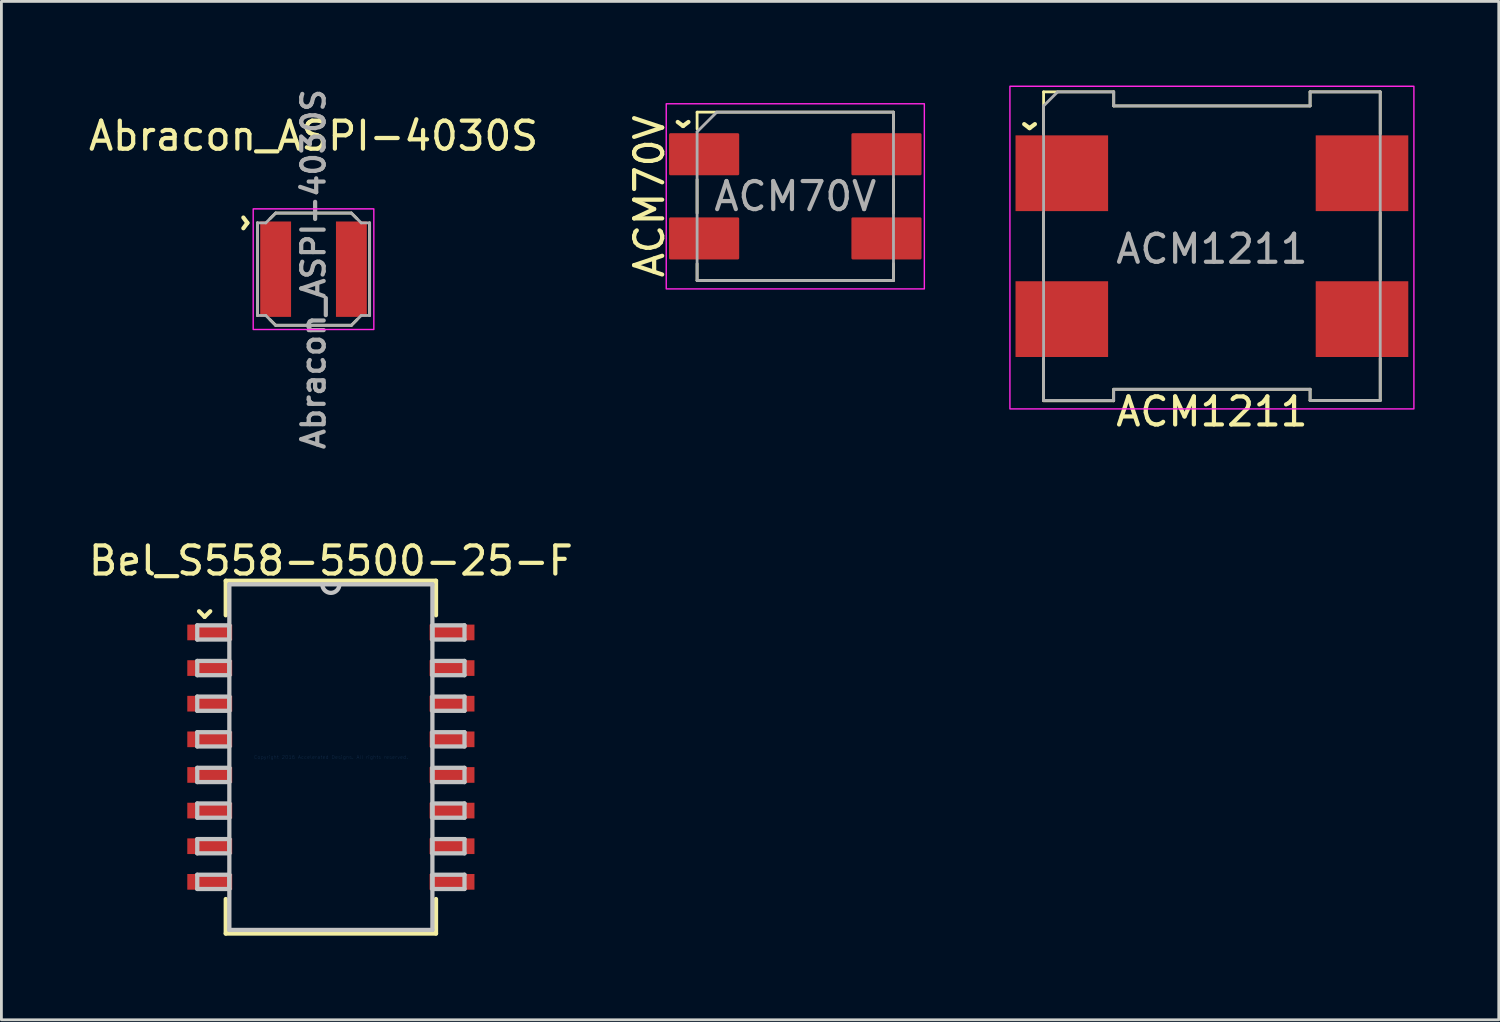
<source format=kicad_pcb>
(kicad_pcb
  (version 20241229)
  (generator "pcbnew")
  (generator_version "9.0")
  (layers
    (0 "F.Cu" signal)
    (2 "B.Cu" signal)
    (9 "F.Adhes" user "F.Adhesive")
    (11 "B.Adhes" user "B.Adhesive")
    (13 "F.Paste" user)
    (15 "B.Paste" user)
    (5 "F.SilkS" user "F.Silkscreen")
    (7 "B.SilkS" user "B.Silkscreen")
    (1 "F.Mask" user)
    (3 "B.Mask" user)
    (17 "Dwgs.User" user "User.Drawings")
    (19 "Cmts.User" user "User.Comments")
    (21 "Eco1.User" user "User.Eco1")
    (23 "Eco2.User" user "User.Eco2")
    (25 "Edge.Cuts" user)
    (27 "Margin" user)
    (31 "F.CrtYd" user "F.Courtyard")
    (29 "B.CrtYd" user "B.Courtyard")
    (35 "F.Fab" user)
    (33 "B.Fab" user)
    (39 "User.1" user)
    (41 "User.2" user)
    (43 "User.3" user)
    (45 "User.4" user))
  (footprint "ACM1211"
    (layer "F.Cu")
    (at 40.148 5.725)
    (property "Reference" "ACM1211" (at 0 5.9 0) (unlocked yes) (layer "F.SilkS") (effects (font (size 1 1) (thickness 0.15))))
    (attr through_hole)
    (fp_line (start -6 -5.5) (end -3.5 -5.5) (stroke (width 0.1) (type solid)) (layer "F.SilkS"))
    (fp_line (start -6 -4) (end -6 -5.5) (stroke (width 0.1) (type solid)) (layer "F.SilkS"))
    (fp_line (start -6 -1.2) (end -6 1.2) (stroke (width 0.1) (type solid)) (layer "F.SilkS"))
    (fp_line (start -6 5.5) (end -6 4) (stroke (width 0.1) (type solid)) (layer "F.SilkS"))
    (fp_line (start -3.503 5.111) (end -3.503 5.511) (stroke (width 0.1) (type solid)) (layer "F.SilkS"))
    (fp_line (start -3.503 5.511) (end -6.003 5.511) (stroke (width 0.1) (type solid)) (layer "F.SilkS"))
    (fp_line (start -3.5 -5) (end -3.5 -5.5) (stroke (width 0.1) (type solid)) (layer "F.SilkS"))
    (fp_line (start -3.5 -5) (end 3.5 -5) (stroke (width 0.1) (type solid)) (layer "F.SilkS"))
    (fp_line (start 3.5 -5.5) (end 6 -5.5) (stroke (width 0.1) (type solid)) (layer "F.SilkS"))
    (fp_line (start 3.5 -5) (end 3.5 -5.5) (stroke (width 0.1) (type solid)) (layer "F.SilkS"))
    (fp_line (start 3.5 5.1) (end -3.5 5.1) (stroke (width 0.1) (type solid)) (layer "F.SilkS"))
    (fp_line (start 3.5 5.1) (end 3.5 5.5) (stroke (width 0.1) (type solid)) (layer "F.SilkS"))
    (fp_line (start 6 -5.5) (end 6 -4) (stroke (width 0.1) (type solid)) (layer "F.SilkS"))
    (fp_line (start 6 -1.2) (end 6 1.2) (stroke (width 0.1) (type solid)) (layer "F.SilkS"))
    (fp_line (start 6 4) (end 6 5.5) (stroke (width 0.1) (type solid)) (layer "F.SilkS"))
    (fp_line (start 6 5.5) (end 3.5 5.5) (stroke (width 0.1) (type solid)) (layer "F.SilkS"))
    (fp_rect (start 7.2 -5.7) (end -7.2 5.8) (stroke (width 0.05) (type solid)) (fill no) (layer "F.CrtYd"))
    (fp_line (start -6 -5) (end -6 5.5) (stroke (width 0.1) (type solid)) (layer "F.Fab"))
    (fp_line (start -6 5.5) (end -3.5 5.5) (stroke (width 0.1) (type solid)) (layer "F.Fab"))
    (fp_line (start -5.5 -5.5) (end -6 -5) (stroke (width 0.1) (type solid)) (layer "F.Fab"))
    (fp_line (start -3.5 -5.5) (end -5.5 -5.5) (stroke (width 0.1) (type solid)) (layer "F.Fab"))
    (fp_line (start -3.5 -5) (end -3.5 -5.5) (stroke (width 0.1) (type solid)) (layer "F.Fab"))
    (fp_line (start -3.5 5.1) (end 3.5 5.1) (stroke (width 0.1) (type solid)) (layer "F.Fab"))
    (fp_line (start -3.5 5.5) (end -3.5 5.1) (stroke (width 0.1) (type solid)) (layer "F.Fab"))
    (fp_line (start 3.5 -5.5) (end 3.5 -5) (stroke (width 0.1) (type solid)) (layer "F.Fab"))
    (fp_line (start 3.5 -5) (end -3.5 -5) (stroke (width 0.1) (type solid)) (layer "F.Fab"))
    (fp_line (start 3.5 5.1) (end 3.5 5.5) (stroke (width 0.1) (type solid)) (layer "F.Fab"))
    (fp_line (start 3.5 5.5) (end 6 5.5) (stroke (width 0.1) (type solid)) (layer "F.Fab"))
    (fp_line (start 6 -5.5) (end 3.5 -5.5) (stroke (width 0.1) (type solid)) (layer "F.Fab"))
    (fp_line (start 6 5.5) (end 6 -5.5) (stroke (width 0.1) (type solid)) (layer "F.Fab"))
    (fp_text user "^" (at -6.5 -4.8 180) (unlocked yes) (layer "F.SilkS") (effects (font (size 1 1) (thickness 0.15))))
    (fp_text user "${REFERENCE}" (at 0 0.1 0) (unlocked yes) (layer "F.Fab") (effects (font (size 1 1) (thickness 0.15))))
    (pad "1" smd rect (at -5.35 -2.6) (size 3.3 2.7) (layers "F.Cu" "F.Mask" "F.Paste"))
    (pad "2" smd rect (at -5.35 2.6) (size 3.3 2.7) (layers "F.Cu" "F.Mask" "F.Paste"))
    (pad "3" smd rect (at 5.35 2.6) (size 3.3 2.7) (layers "F.Cu" "F.Mask" "F.Paste"))
    (pad "4" smd rect (at 5.35 -2.6) (size 3.3 2.7) (layers "F.Cu" "F.Mask" "F.Paste"))
    (zone (net_name "") (layer "F.Cu") (hatch edge 0.508) (connect_pads) (min_thickness 0.254) (filled_areas_thickness no) (keepout (tracks allowed) (vias allowed) (pads allowed) (copperpour not_allowed) (footprints allowed)) (placement (enabled no)) (fill) (polygon (pts (xy 46.148 11.225) (xy 34.148 11.225) (xy 34.148 0.225) (xy 46.148 0.225)))))
  (footprint "Bel_S558-5500-25-F"
    (layer "F.Cu")
    (at 8.744 23.938)
    (property "Reference" "Bel_S558-5500-25-F" (at 0 -7 0) (layer "F.SilkS") (effects (font (size 1 1) (thickness 0.15))))
    (attr smd)
    (fp_line (start -4.5 -5) (end -4.7 -5.2) (stroke (width 0.15) (type solid)) (layer "F.SilkS"))
    (fp_line (start -4.5 -5) (end -4.3 -5.2) (stroke (width 0.15) (type solid)) (layer "F.SilkS"))
    (fp_line (start -3.747 -6.287) (end -3.747 -5.057) (stroke (width 0.152) (type solid)) (layer "F.SilkS"))
    (fp_line (start -3.747 5.057) (end -3.747 6.287) (stroke (width 0.152) (type solid)) (layer "F.SilkS"))
    (fp_line (start -3.747 6.287) (end 3.747 6.287) (stroke (width 0.152) (type solid)) (layer "F.SilkS"))
    (fp_line (start 3.747 -6.287) (end -3.747 -6.287) (stroke (width 0.152) (type solid)) (layer "F.SilkS"))
    (fp_line (start 3.747 -5.057) (end 3.747 -6.287) (stroke (width 0.152) (type solid)) (layer "F.SilkS"))
    (fp_line (start 3.747 6.287) (end 3.747 5.057) (stroke (width 0.152) (type solid)) (layer "F.SilkS"))
    (fp_line (start -4.763 -4.699) (end -4.763 -4.191) (stroke (width 0.152) (type solid)) (layer "Dwgs.User"))
    (fp_line (start -4.763 -4.191) (end -3.619 -4.191) (stroke (width 0.152) (type solid)) (layer "Dwgs.User"))
    (fp_line (start -4.763 -3.429) (end -4.763 -2.921) (stroke (width 0.152) (type solid)) (layer "Dwgs.User"))
    (fp_line (start -4.763 -2.921) (end -3.619 -2.921) (stroke (width 0.152) (type solid)) (layer "Dwgs.User"))
    (fp_line (start -4.763 -2.159) (end -4.763 -1.651) (stroke (width 0.152) (type solid)) (layer "Dwgs.User"))
    (fp_line (start -4.763 -1.651) (end -3.619 -1.651) (stroke (width 0.152) (type solid)) (layer "Dwgs.User"))
    (fp_line (start -4.763 -0.889) (end -4.763 -0.381) (stroke (width 0.152) (type solid)) (layer "Dwgs.User"))
    (fp_line (start -4.763 -0.381) (end -3.619 -0.381) (stroke (width 0.152) (type solid)) (layer "Dwgs.User"))
    (fp_line (start -4.763 0.381) (end -4.763 0.889) (stroke (width 0.152) (type solid)) (layer "Dwgs.User"))
    (fp_line (start -4.763 0.889) (end -3.619 0.889) (stroke (width 0.152) (type solid)) (layer "Dwgs.User"))
    (fp_line (start -4.763 1.651) (end -4.763 2.159) (stroke (width 0.152) (type solid)) (layer "Dwgs.User"))
    (fp_line (start -4.763 2.159) (end -3.619 2.159) (stroke (width 0.152) (type solid)) (layer "Dwgs.User"))
    (fp_line (start -4.763 2.921) (end -4.763 3.429) (stroke (width 0.152) (type solid)) (layer "Dwgs.User"))
    (fp_line (start -4.763 3.429) (end -3.619 3.429) (stroke (width 0.152) (type solid)) (layer "Dwgs.User"))
    (fp_line (start -4.763 4.191) (end -4.763 4.699) (stroke (width 0.152) (type solid)) (layer "Dwgs.User"))
    (fp_line (start -4.763 4.699) (end -3.619 4.699) (stroke (width 0.152) (type solid)) (layer "Dwgs.User"))
    (fp_line (start -3.619 -6.16) (end -3.619 6.16) (stroke (width 0.152) (type solid)) (layer "Dwgs.User"))
    (fp_line (start -3.619 -4.699) (end -4.763 -4.699) (stroke (width 0.152) (type solid)) (layer "Dwgs.User"))
    (fp_line (start -3.619 -4.191) (end -3.619 -4.699) (stroke (width 0.152) (type solid)) (layer "Dwgs.User"))
    (fp_line (start -3.619 -3.429) (end -4.763 -3.429) (stroke (width 0.152) (type solid)) (layer "Dwgs.User"))
    (fp_line (start -3.619 -2.921) (end -3.619 -3.429) (stroke (width 0.152) (type solid)) (layer "Dwgs.User"))
    (fp_line (start -3.619 -2.159) (end -4.763 -2.159) (stroke (width 0.152) (type solid)) (layer "Dwgs.User"))
    (fp_line (start -3.619 -1.651) (end -3.619 -2.159) (stroke (width 0.152) (type solid)) (layer "Dwgs.User"))
    (fp_line (start -3.619 -0.889) (end -4.763 -0.889) (stroke (width 0.152) (type solid)) (layer "Dwgs.User"))
    (fp_line (start -3.619 -0.381) (end -3.619 -0.889) (stroke (width 0.152) (type solid)) (layer "Dwgs.User"))
    (fp_line (start -3.619 0.381) (end -4.763 0.381) (stroke (width 0.152) (type solid)) (layer "Dwgs.User"))
    (fp_line (start -3.619 0.889) (end -3.619 0.381) (stroke (width 0.152) (type solid)) (layer "Dwgs.User"))
    (fp_line (start -3.619 1.651) (end -4.763 1.651) (stroke (width 0.152) (type solid)) (layer "Dwgs.User"))
    (fp_line (start -3.619 2.159) (end -3.619 1.651) (stroke (width 0.152) (type solid)) (layer "Dwgs.User"))
    (fp_line (start -3.619 2.921) (end -4.763 2.921) (stroke (width 0.152) (type solid)) (layer "Dwgs.User"))
    (fp_line (start -3.619 3.429) (end -3.619 2.921) (stroke (width 0.152) (type solid)) (layer "Dwgs.User"))
    (fp_line (start -3.619 4.191) (end -4.763 4.191) (stroke (width 0.152) (type solid)) (layer "Dwgs.User"))
    (fp_line (start -3.619 4.699) (end -3.619 4.191) (stroke (width 0.152) (type solid)) (layer "Dwgs.User"))
    (fp_line (start -3.619 6.16) (end 3.619 6.16) (stroke (width 0.152) (type solid)) (layer "Dwgs.User"))
    (fp_line (start 3.619 -6.16) (end -3.619 -6.16) (stroke (width 0.152) (type solid)) (layer "Dwgs.User"))
    (fp_line (start 3.619 -4.699) (end 3.619 -4.191) (stroke (width 0.152) (type solid)) (layer "Dwgs.User"))
    (fp_line (start 3.619 -4.191) (end 4.763 -4.191) (stroke (width 0.152) (type solid)) (layer "Dwgs.User"))
    (fp_line (start 3.619 -3.429) (end 3.619 -2.921) (stroke (width 0.152) (type solid)) (layer "Dwgs.User"))
    (fp_line (start 3.619 -2.921) (end 4.763 -2.921) (stroke (width 0.152) (type solid)) (layer "Dwgs.User"))
    (fp_line (start 3.619 -2.159) (end 3.619 -1.651) (stroke (width 0.152) (type solid)) (layer "Dwgs.User"))
    (fp_line (start 3.619 -1.651) (end 4.763 -1.651) (stroke (width 0.152) (type solid)) (layer "Dwgs.User"))
    (fp_line (start 3.619 -0.889) (end 3.619 -0.381) (stroke (width 0.152) (type solid)) (layer "Dwgs.User"))
    (fp_line (start 3.619 -0.381) (end 4.763 -0.381) (stroke (width 0.152) (type solid)) (layer "Dwgs.User"))
    (fp_line (start 3.619 0.381) (end 3.619 0.889) (stroke (width 0.152) (type solid)) (layer "Dwgs.User"))
    (fp_line (start 3.619 0.889) (end 4.763 0.889) (stroke (width 0.152) (type solid)) (layer "Dwgs.User"))
    (fp_line (start 3.619 1.651) (end 3.619 2.159) (stroke (width 0.152) (type solid)) (layer "Dwgs.User"))
    (fp_line (start 3.619 2.159) (end 4.763 2.159) (stroke (width 0.152) (type solid)) (layer "Dwgs.User"))
    (fp_line (start 3.619 2.921) (end 3.619 3.429) (stroke (width 0.152) (type solid)) (layer "Dwgs.User"))
    (fp_line (start 3.619 3.429) (end 4.763 3.429) (stroke (width 0.152) (type solid)) (layer "Dwgs.User"))
    (fp_line (start 3.619 4.191) (end 3.619 4.699) (stroke (width 0.152) (type solid)) (layer "Dwgs.User"))
    (fp_line (start 3.619 4.699) (end 4.763 4.699) (stroke (width 0.152) (type solid)) (layer "Dwgs.User"))
    (fp_line (start 3.619 6.16) (end 3.619 -6.16) (stroke (width 0.152) (type solid)) (layer "Dwgs.User"))
    (fp_line (start 4.763 -4.699) (end 3.619 -4.699) (stroke (width 0.152) (type solid)) (layer "Dwgs.User"))
    (fp_line (start 4.763 -4.191) (end 4.763 -4.699) (stroke (width 0.152) (type solid)) (layer "Dwgs.User"))
    (fp_line (start 4.763 -3.429) (end 3.619 -3.429) (stroke (width 0.152) (type solid)) (layer "Dwgs.User"))
    (fp_line (start 4.763 -2.921) (end 4.763 -3.429) (stroke (width 0.152) (type solid)) (layer "Dwgs.User"))
    (fp_line (start 4.763 -2.159) (end 3.619 -2.159) (stroke (width 0.152) (type solid)) (layer "Dwgs.User"))
    (fp_line (start 4.763 -1.651) (end 4.763 -2.159) (stroke (width 0.152) (type solid)) (layer "Dwgs.User"))
    (fp_line (start 4.763 -0.889) (end 3.619 -0.889) (stroke (width 0.152) (type solid)) (layer "Dwgs.User"))
    (fp_line (start 4.763 -0.381) (end 4.763 -0.889) (stroke (width 0.152) (type solid)) (layer "Dwgs.User"))
    (fp_line (start 4.763 0.381) (end 3.619 0.381) (stroke (width 0.152) (type solid)) (layer "Dwgs.User"))
    (fp_line (start 4.763 0.889) (end 4.763 0.381) (stroke (width 0.152) (type solid)) (layer "Dwgs.User"))
    (fp_line (start 4.763 1.651) (end 3.619 1.651) (stroke (width 0.152) (type solid)) (layer "Dwgs.User"))
    (fp_line (start 4.763 2.159) (end 4.763 1.651) (stroke (width 0.152) (type solid)) (layer "Dwgs.User"))
    (fp_line (start 4.763 2.921) (end 3.619 2.921) (stroke (width 0.152) (type solid)) (layer "Dwgs.User"))
    (fp_line (start 4.763 3.429) (end 4.763 2.921) (stroke (width 0.152) (type solid)) (layer "Dwgs.User"))
    (fp_line (start 4.763 4.191) (end 3.619 4.191) (stroke (width 0.152) (type solid)) (layer "Dwgs.User"))
    (fp_line (start 4.763 4.699) (end 4.763 4.191) (stroke (width 0.152) (type solid)) (layer "Dwgs.User"))
    (fp_arc (start 0.3048 -6.1595) (mid 0 -5.8547) (end -0.3048 -6.1595) (stroke (width 0.1524) (type solid)) (layer "Dwgs.User"))
    (fp_text user "Copyright 2016 Accelerated Designs. All rights reserved." (at 0 0 0) (layer "Cmts.User") (effects (font (size 0.127 0.127) (thickness 0.002))))
    (pad "1" smd rect (at -4.318 -4.445) (size 1.6 0.559) (layers "F.Cu" "F.Mask" "F.Paste"))
    (pad "2" smd rect (at -4.318 -3.175) (size 1.6 0.559) (layers "F.Cu" "F.Mask" "F.Paste"))
    (pad "3" smd rect (at -4.318 -1.905) (size 1.6 0.559) (layers "F.Cu" "F.Mask" "F.Paste"))
    (pad "4" smd rect (at -4.318 -0.635) (size 1.6 0.559) (layers "F.Cu" "F.Mask" "F.Paste"))
    (pad "5" smd rect (at -4.318 0.635) (size 1.6 0.559) (layers "F.Cu" "F.Mask" "F.Paste"))
    (pad "6" smd rect (at -4.318 1.905) (size 1.6 0.559) (layers "F.Cu" "F.Mask" "F.Paste"))
    (pad "7" smd rect (at -4.318 3.175) (size 1.6 0.559) (layers "F.Cu" "F.Mask" "F.Paste"))
    (pad "8" smd rect (at -4.318 4.445) (size 1.6 0.559) (layers "F.Cu" "F.Mask" "F.Paste"))
    (pad "9" smd rect (at 4.318 4.445) (size 1.6 0.559) (layers "F.Cu" "F.Mask" "F.Paste"))
    (pad "10" smd rect (at 4.318 3.175) (size 1.6 0.559) (layers "F.Cu" "F.Mask" "F.Paste"))
    (pad "11" smd rect (at 4.318 1.905) (size 1.6 0.559) (layers "F.Cu" "F.Mask" "F.Paste"))
    (pad "12" smd rect (at 4.318 0.635) (size 1.6 0.559) (layers "F.Cu" "F.Mask" "F.Paste"))
    (pad "13" smd rect (at 4.318 -0.635) (size 1.6 0.559) (layers "F.Cu" "F.Mask" "F.Paste"))
    (pad "14" smd rect (at 4.318 -1.905) (size 1.6 0.559) (layers "F.Cu" "F.Mask" "F.Paste"))
    (pad "15" smd rect (at 4.318 -3.175) (size 1.6 0.559) (layers "F.Cu" "F.Mask" "F.Paste"))
    (pad "16" smd rect (at 4.318 -4.445) (size 1.6 0.559) (layers "F.Cu" "F.Mask" "F.Paste")))
  (footprint "ACM70V"
    (layer "F.Cu")
    (at 25.298 3.948)
    (property "Reference" "ACM70V" (at -5.2 0 90) (unlocked yes) (layer "F.SilkS") (effects (font (size 1 1) (thickness 0.15))))
    (attr smd)
    (fp_line (start -3.5 -3) (end -3.5 -2.4) (stroke (width 0.1) (type solid)) (layer "F.SilkS"))
    (fp_line (start -3.5 -3) (end 3.5 -3) (stroke (width 0.1) (type solid)) (layer "F.SilkS"))
    (fp_line (start -3.5 0.6) (end -3.5 -0.6) (stroke (width 0.1) (type solid)) (layer "F.SilkS"))
    (fp_line (start -3.5 3) (end -3.5 2.4) (stroke (width 0.1) (type solid)) (layer "F.SilkS"))
    (fp_line (start -3.5 3) (end 3.5 3) (stroke (width 0.1) (type solid)) (layer "F.SilkS"))
    (fp_line (start 3.5 -3) (end 3.5 -2.4) (stroke (width 0.1) (type solid)) (layer "F.SilkS"))
    (fp_line (start 3.5 0.6) (end 3.5 -0.6) (stroke (width 0.1) (type solid)) (layer "F.SilkS"))
    (fp_line (start 3.5 3) (end 3.5 2.4) (stroke (width 0.1) (type solid)) (layer "F.SilkS"))
    (fp_rect (start -4.6 -3.3) (end 4.6 3.3) (stroke (width 0.05) (type solid)) (fill no) (layer "F.CrtYd"))
    (fp_line (start -3.5 -2.3) (end -2.8 -3) (stroke (width 0.1) (type solid)) (layer "F.Fab"))
    (fp_line (start -3.5 3) (end -3.5 -2.3) (stroke (width 0.1) (type solid)) (layer "F.Fab"))
    (fp_line (start -2.8 -3) (end 3.5 -3) (stroke (width 0.1) (type solid)) (layer "F.Fab"))
    (fp_line (start 3.5 -3) (end 3.5 3) (stroke (width 0.1) (type solid)) (layer "F.Fab"))
    (fp_line (start 3.5 3) (end -3.5 3) (stroke (width 0.1) (type solid)) (layer "F.Fab"))
    (fp_text user "^" (at -4 -3.1 180) (unlocked yes) (layer "F.SilkS") (effects (font (size 1 1) (thickness 0.15))))
    (fp_text user "${REFERENCE}" (at 0 0 0) (unlocked yes) (layer "F.Fab") (effects (font (size 1 1) (thickness 0.15))))
    (pad "1" smd roundrect (at -3.25 -1.5) (size 2.5 1.5) (layers "F.Cu" "F.Mask" "F.Paste") (roundrect_rratio 0.033))
    (pad "2" smd roundrect (at -3.25 1.5) (size 2.5 1.5) (layers "F.Cu" "F.Mask" "F.Paste") (roundrect_rratio 0.033))
    (pad "3" smd roundrect (at 3.25 1.5) (size 2.5 1.5) (layers "F.Cu" "F.Mask" "F.Paste") (roundrect_rratio 0.033))
    (pad "4" smd roundrect (at 3.25 -1.5) (size 2.5 1.5) (layers "F.Cu" "F.Mask" "F.Paste") (roundrect_rratio 0.033)))
  (footprint "Abracon_ASPI-4030S"
    (layer "F.Cu")
    (at 8.125 6.545)
    (property "Reference" "Abracon_ASPI-4030S" (at 0 -4.75 0) (unlocked yes) (layer "F.SilkS") (effects (font (size 1 1) (thickness 0.15))))
    (attr smd)
    (fp_line (start -2 1.65) (end -2 -1.65) (stroke (width 0.1) (type solid)) (layer "F.SilkS"))
    (fp_line (start -1.35 -2) (end -1.55 -1.8) (stroke (width 0.1) (type solid)) (layer "F.SilkS"))
    (fp_line (start -1.35 -2) (end 1.35 -2) (stroke (width 0.1) (type solid)) (layer "F.SilkS"))
    (fp_line (start -1.35 2) (end -1.55 1.8) (stroke (width 0.1) (type solid)) (layer "F.SilkS"))
    (fp_line (start 1.35 -2) (end 1.55 -1.8) (stroke (width 0.1) (type solid)) (layer "F.SilkS"))
    (fp_line (start 1.35 2) (end -1.35 2) (stroke (width 0.1) (type solid)) (layer "F.SilkS"))
    (fp_line (start 1.35 2) (end 1.55 1.8) (stroke (width 0.1) (type solid)) (layer "F.SilkS"))
    (fp_line (start 2 -1.65) (end 2 1.65) (stroke (width 0.1) (type solid)) (layer "F.SilkS"))
    (fp_rect (start -1.85 -1.65) (end -0.85 -0.25) (stroke (width 0.1) (type solid)) (fill yes) (layer "F.Paste"))
    (fp_rect (start -0.85 1.65) (end -1.85 0.35) (stroke (width 0.1) (type solid)) (fill yes) (layer "F.Paste"))
    (fp_rect (start 0.85 -0.25) (end 1.85 -1.65) (stroke (width 0.1) (type solid)) (fill yes) (layer "F.Paste"))
    (fp_rect (start 0.85 0.35) (end 1.85 1.65) (stroke (width 0.1) (type solid)) (fill yes) (layer "F.Paste"))
    (fp_rect (start -2.15 -2.15) (end 2.15 2.15) (stroke (width 0.05) (type solid)) (fill no) (layer "F.CrtYd"))
    (fp_line (start -2 -1.65) (end -1.7 -1.65) (stroke (width 0.1) (type solid)) (layer "F.Fab"))
    (fp_line (start -2 1.65) (end -2 -1.65) (stroke (width 0.1) (type solid)) (layer "F.Fab"))
    (fp_line (start -1.7 1.65) (end -2 1.65) (stroke (width 0.1) (type solid)) (layer "F.Fab"))
    (fp_line (start -1.35 -2) (end -1.7 -1.65) (stroke (width 0.1) (type solid)) (layer "F.Fab"))
    (fp_line (start -1.35 -2) (end 1.35 -2) (stroke (width 0.1) (type solid)) (layer "F.Fab"))
    (fp_line (start -1.35 2) (end -1.7 1.65) (stroke (width 0.1) (type solid)) (layer "F.Fab"))
    (fp_line (start 1.35 -2) (end 1.7 -1.65) (stroke (width 0.1) (type solid)) (layer "F.Fab"))
    (fp_line (start 1.35 2) (end -1.35 2) (stroke (width 0.1) (type solid)) (layer "F.Fab"))
    (fp_line (start 1.35 2) (end 1.7 1.65) (stroke (width 0.1) (type solid)) (layer "F.Fab"))
    (fp_line (start 1.7 -1.65) (end 2 -1.65) (stroke (width 0.1) (type solid)) (layer "F.Fab"))
    (fp_line (start 2 -1.65) (end 2 1.65) (stroke (width 0.1) (type solid)) (layer "F.Fab"))
    (fp_line (start 2 1.65) (end 1.7 1.65) (stroke (width 0.1) (type solid)) (layer "F.Fab"))
    (fp_text user "^" (at -2.95 -1.65 270) (unlocked yes) (layer "F.SilkS") (effects (font (size 1 1) (thickness 0.15))))
    (fp_text user "${REFERENCE}" (at 0 0 90) (unlocked yes) (layer "F.Fab") (effects (font (size 0.8 0.8) (thickness 0.15))))
    (pad "1" smd rect (at -1.35 0) (size 1.1 3.4) (layers "F.Cu" "F.Mask"))
    (pad "2" smd rect (at 1.35 0) (size 1.1 3.4) (layers "F.Cu" "F.Mask")))
  (gr_rect
    (start -3 -3)
    (end 50.373 33.301)
    (stroke (width 0.1) (type default))
    (fill no)
    (layer "Edge.Cuts")))
</source>
